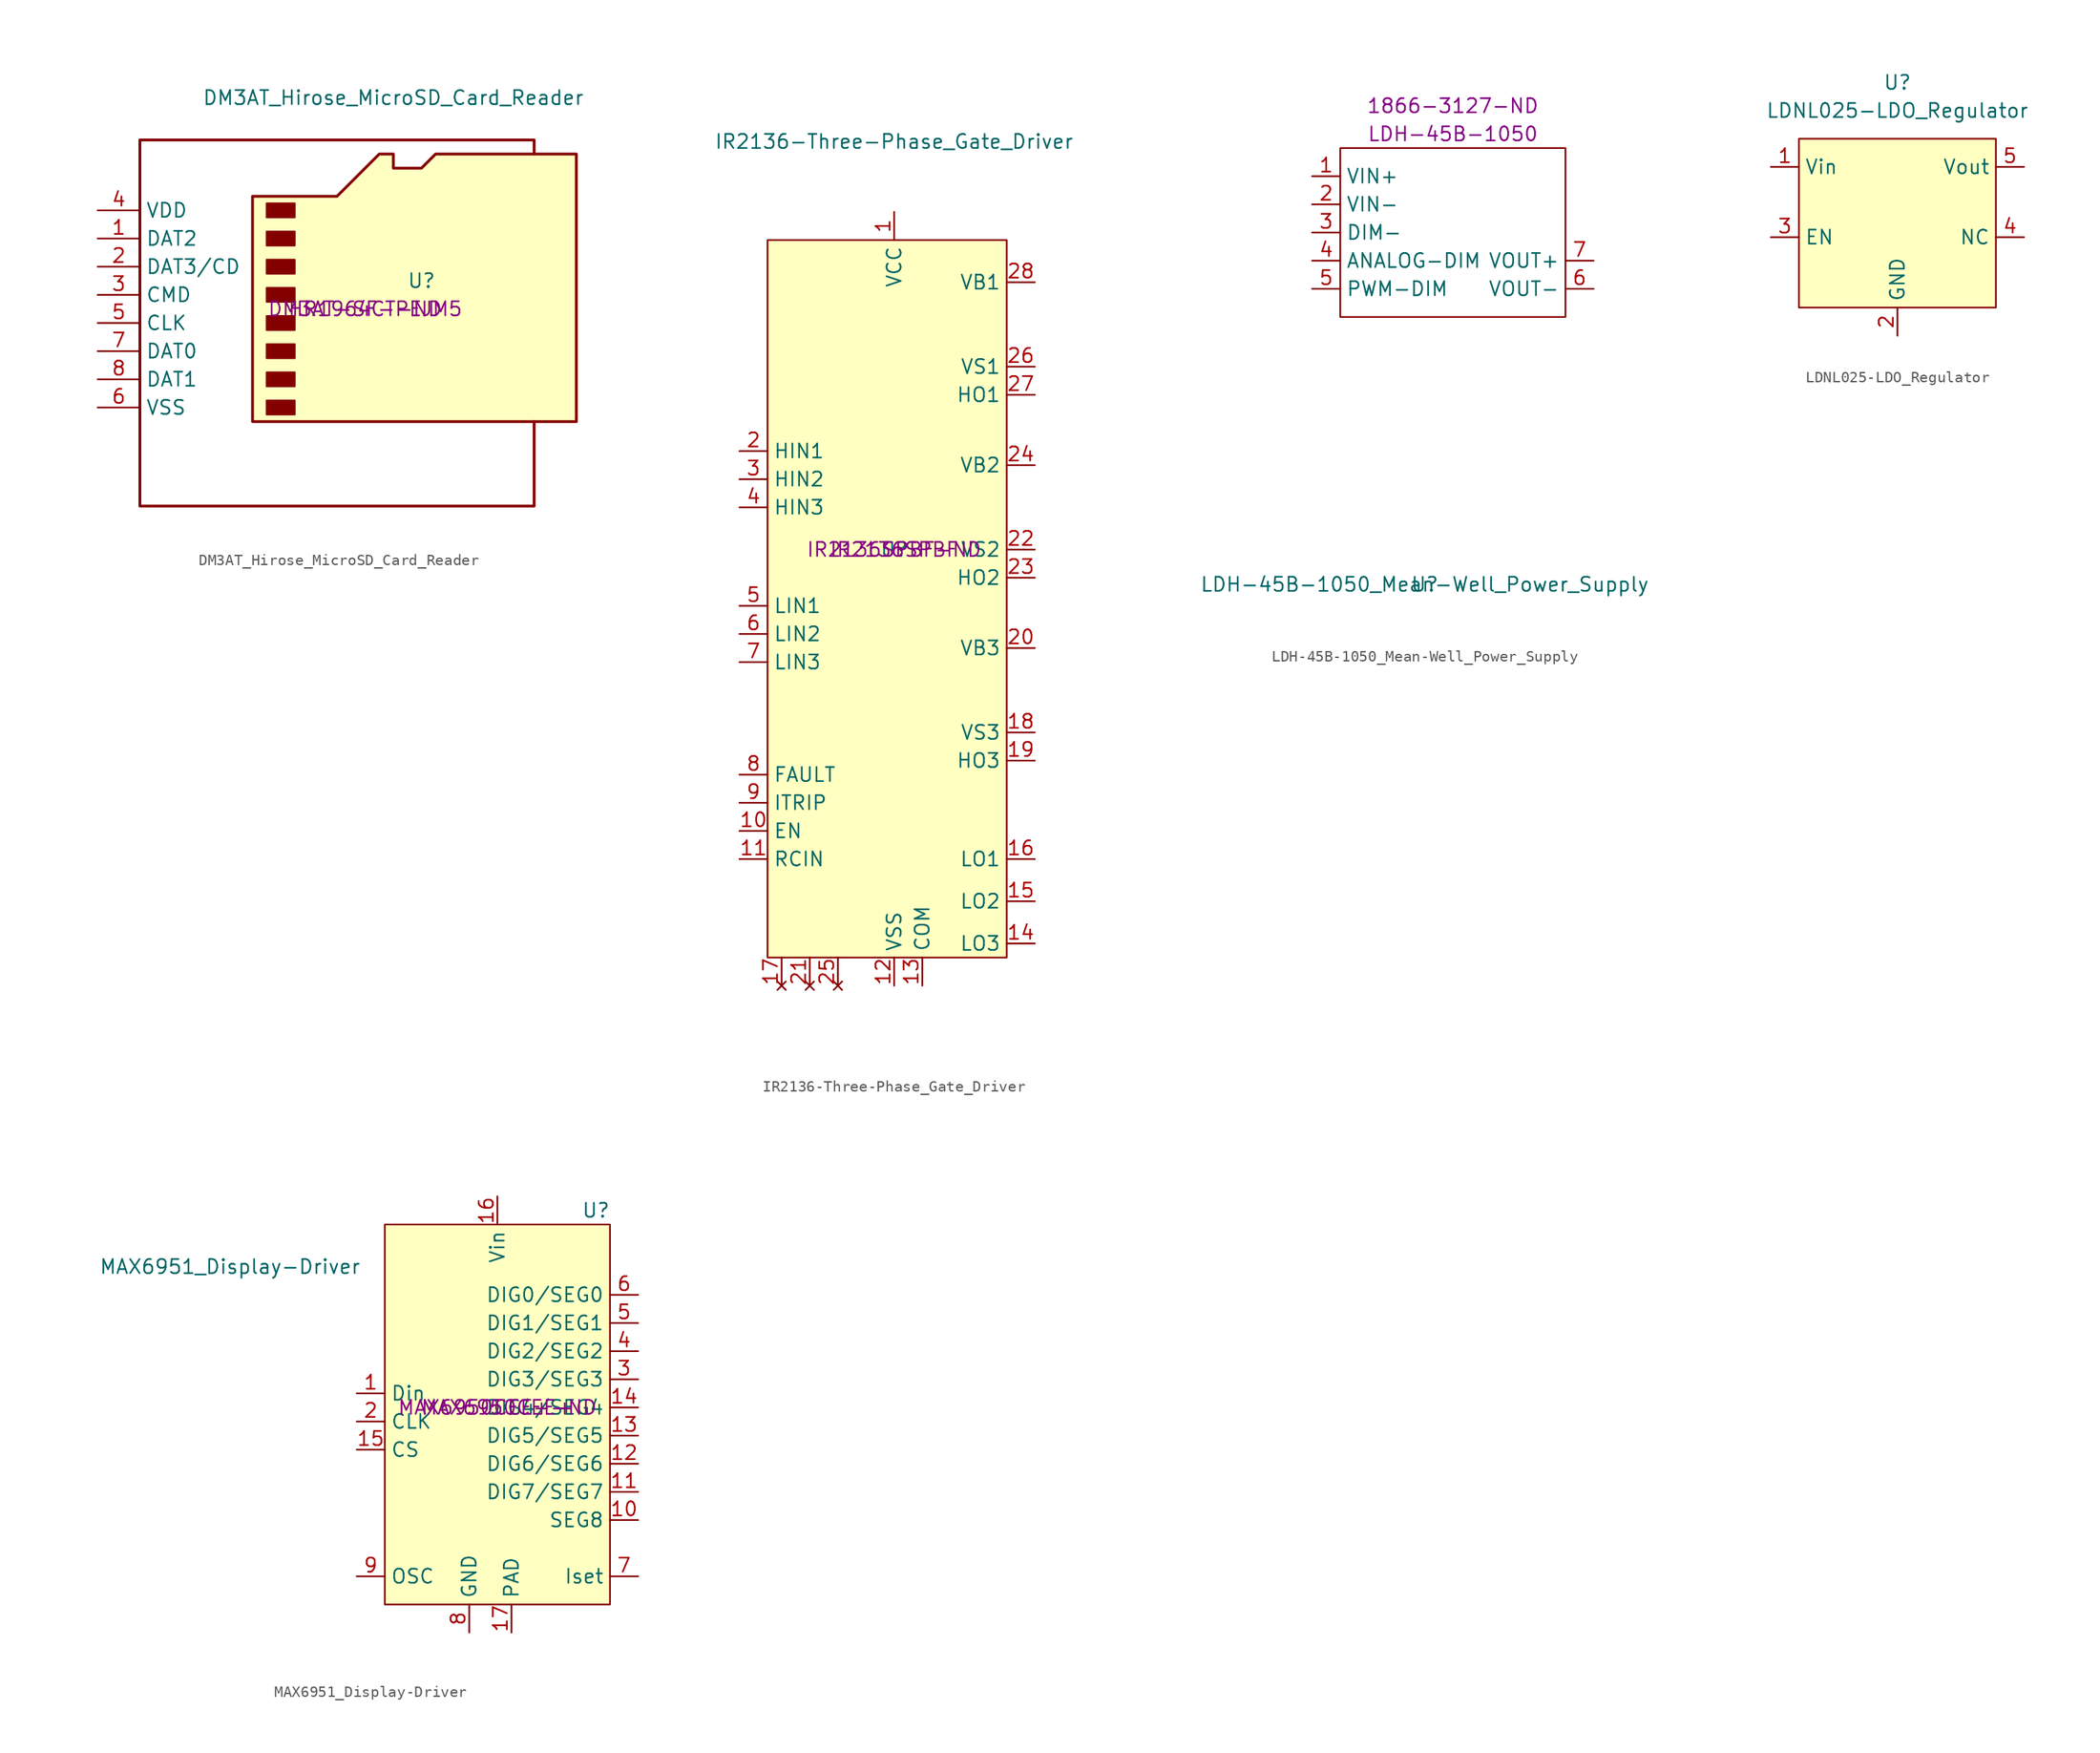
<source format=kicad_sym>
(kicad_symbol_lib
  (version 20211014)
  (generator kicad_symbol_editor)
  (symbol "DM3AT_Hirose_MicroSD_Card_Reader"
    (property "Reference" "U"
      (at 5.08 2.54 0)
      (effects (font (size 1.27 1.27))))
    (property "Value" "DM3AT_Hirose_MicroSD_Card_Reader"
      (at 2.54 19.05 0)
      (effects (font (size 1.27 1.27))))
    (property "Manufacturer_PN" "DM3AT-SF-PEJM5"
      (at 0 0 0)
      (effects (font (size 1.27 1.27))))
    (property "Digi-Key_PN" "HR1964CT-ND"
      (at 0 0 0)
      (effects (font (size 1.27 1.27))))
    (symbol "DM3AT_Hirose_MicroSD_Card_Reader_0_1"
      (rectangle (start -8.89 -8.255) (end -6.35 -9.525) (stroke (width 0) (type default) (color 0 0 0 0)) (fill (type outline)))
      (rectangle (start -8.89 -5.715) (end -6.35 -6.985) (stroke (width 0) (type default) (color 0 0 0 0)) (fill (type outline)))
      (rectangle (start -8.89 -3.175) (end -6.35 -4.445) (stroke (width 0) (type default) (color 0 0 0 0)) (fill (type outline)))
      (rectangle (start -8.89 -0.635) (end -6.35 -1.905) (stroke (width 0) (type default) (color 0 0 0 0)) (fill (type outline)))
      (rectangle (start -8.89 1.905) (end -6.35 0.635) (stroke (width 0) (type default) (color 0 0 0 0)) (fill (type outline)))
      (rectangle (start -8.89 4.445) (end -6.35 3.175) (stroke (width 0) (type default) (color 0 0 0 0)) (fill (type outline)))
      (rectangle (start -8.89 6.985) (end -6.35 5.715) (stroke (width 0) (type default) (color 0 0 0 0)) (fill (type outline)))
      (rectangle (start -8.89 9.525) (end -6.35 8.255) (stroke (width 0) (type default) (color 0 0 0 0)) (fill (type outline)))
      (polyline (pts (xy 15.24 13.97) (xy 15.24 15.24) (xy -20.32 15.24) (xy -20.32 -17.78) (xy 15.24 -17.78) (xy 15.24 -10.16)) (stroke (width 0.254) (type default) (color 0 0 0 0)) (fill (type none)))
      (polyline (pts (xy -10.16 -10.16) (xy -10.16 10.16) (xy -2.54 10.16) (xy 1.27 13.97) (xy 2.54 13.97) (xy 2.54 12.7) (xy 5.08 12.7) (xy 6.35 13.97) (xy 19.05 13.97) (xy 19.05 -10.16) (xy -10.16 -10.16)) (stroke (width 0.254) (type default) (color 0 0 0 0)) (fill (type background))))
    (symbol "DM3AT_Hirose_MicroSD_Card_Reader_1_1"
      (pin bidirectional line (at -24.13 6.35 0) (length 3.81) (name "DAT2" (effects (font (size 1.27 1.27)))) (number "1" (effects (font (size 1.27 1.27)))))
      (pin bidirectional line (at -24.13 3.81 0) (length 3.81) (name "DAT3/CD" (effects (font (size 1.27 1.27)))) (number "2" (effects (font (size 1.27 1.27)))))
      (pin input line (at -24.13 1.27 0) (length 3.81) (name "CMD" (effects (font (size 1.27 1.27)))) (number "3" (effects (font (size 1.27 1.27)))))
      (pin power_in line (at -24.13 8.89 0) (length 3.81) (name "VDD" (effects (font (size 1.27 1.27)))) (number "4" (effects (font (size 1.27 1.27)))))
      (pin input line (at -24.13 -1.27 0) (length 3.81) (name "CLK" (effects (font (size 1.27 1.27)))) (number "5" (effects (font (size 1.27 1.27)))))
      (pin power_in line (at -24.13 -8.89 0) (length 3.81) (name "VSS" (effects (font (size 1.27 1.27)))) (number "6" (effects (font (size 1.27 1.27)))))
      (pin input line (at -24.13 -3.81 0) (length 3.81) (name "DAT0" (effects (font (size 1.27 1.27)))) (number "7" (effects (font (size 1.27 1.27)))))
      (pin input line (at -24.13 -6.35 0) (length 3.81) (name "DAT1" (effects (font (size 1.27 1.27)))) (number "8" (effects (font (size 1.27 1.27)))))))
  (symbol "IR2136-Three-Phase_Gate_Driver"
    (property "Reference" "U"
      (at 0 0 0)
      (effects (font (size 1.27 1.27))))
    (property "Value" "IR2136-Three-Phase_Gate_Driver"
      (at 0 36.83 0)
      (effects (font (size 1.27 1.27))))
    (property "Digi-Key_PN" "IR2136SPBF-ND"
      (at 0 0 0)
      (effects (font (size 1.27 1.27))))
    (property "Manufacturer_PN" "IR2136SPBF"
      (at 0 0 0)
      (effects (font (size 1.27 1.27))))
    (symbol "IR2136-Three-Phase_Gate_Driver_0_1"
      (rectangle (start -11.43 27.94) (end 10.16 -36.83) (stroke (width 0) (type default) (color 0 0 0 0)) (fill (type background))))
    (symbol "IR2136-Three-Phase_Gate_Driver_1_1"
      (pin power_in line (at 0 30.48 270) (length 2.54) (name "VCC" (effects (font (size 1.27 1.27)))) (number "1" (effects (font (size 1.27 1.27)))))
      (pin input line (at -13.97 -25.4 0) (length 2.54) (name "EN" (effects (font (size 1.27 1.27)))) (number "10" (effects (font (size 1.27 1.27)))))
      (pin input line (at -13.97 -27.94 0) (length 2.54) (name "RCIN" (effects (font (size 1.27 1.27)))) (number "11" (effects (font (size 1.27 1.27)))))
      (pin power_in line (at 0 -39.37 90) (length 2.54) (name "VSS" (effects (font (size 1.27 1.27)))) (number "12" (effects (font (size 1.27 1.27)))))
      (pin input line (at 2.54 -39.37 90) (length 2.54) (name "COM" (effects (font (size 1.27 1.27)))) (number "13" (effects (font (size 1.27 1.27)))))
      (pin output line (at 12.7 -35.56 180) (length 2.54) (name "LO3" (effects (font (size 1.27 1.27)))) (number "14" (effects (font (size 1.27 1.27)))))
      (pin output line (at 12.7 -31.75 180) (length 2.54) (name "LO2" (effects (font (size 1.27 1.27)))) (number "15" (effects (font (size 1.27 1.27)))))
      (pin output line (at 12.7 -27.94 180) (length 2.54) (name "LO1" (effects (font (size 1.27 1.27)))) (number "16" (effects (font (size 1.27 1.27)))))
      (pin no_connect line (at -10.16 -39.37 90) (length 2.54) (name "~" (effects (font (size 1.27 1.27)))) (number "17" (effects (font (size 1.27 1.27)))))
      (pin output line (at 12.7 -16.51 180) (length 2.54) (name "VS3" (effects (font (size 1.27 1.27)))) (number "18" (effects (font (size 1.27 1.27)))))
      (pin output line (at 12.7 -19.05 180) (length 2.54) (name "HO3" (effects (font (size 1.27 1.27)))) (number "19" (effects (font (size 1.27 1.27)))))
      (pin input line (at -13.97 8.89 0) (length 2.54) (name "HIN1" (effects (font (size 1.27 1.27)))) (number "2" (effects (font (size 1.27 1.27)))))
      (pin output line (at 12.7 -8.89 180) (length 2.54) (name "VB3" (effects (font (size 1.27 1.27)))) (number "20" (effects (font (size 1.27 1.27)))))
      (pin no_connect line (at -7.62 -39.37 90) (length 2.54) (name "~" (effects (font (size 1.27 1.27)))) (number "21" (effects (font (size 1.27 1.27)))))
      (pin output line (at 12.7 0 180) (length 2.54) (name "VS2" (effects (font (size 1.27 1.27)))) (number "22" (effects (font (size 1.27 1.27)))))
      (pin output line (at 12.7 -2.54 180) (length 2.54) (name "HO2" (effects (font (size 1.27 1.27)))) (number "23" (effects (font (size 1.27 1.27)))))
      (pin output line (at 12.7 7.62 180) (length 2.54) (name "VB2" (effects (font (size 1.27 1.27)))) (number "24" (effects (font (size 1.27 1.27)))))
      (pin no_connect line (at -5.08 -39.37 90) (length 2.54) (name "~" (effects (font (size 1.27 1.27)))) (number "25" (effects (font (size 1.27 1.27)))))
      (pin output line (at 12.7 16.51 180) (length 2.54) (name "VS1" (effects (font (size 1.27 1.27)))) (number "26" (effects (font (size 1.27 1.27)))))
      (pin output line (at 12.7 13.97 180) (length 2.54) (name "HO1" (effects (font (size 1.27 1.27)))) (number "27" (effects (font (size 1.27 1.27)))))
      (pin output line (at 12.7 24.13 180) (length 2.54) (name "VB1" (effects (font (size 1.27 1.27)))) (number "28" (effects (font (size 1.27 1.27)))))
      (pin input line (at -13.97 6.35 0) (length 2.54) (name "HIN2" (effects (font (size 1.27 1.27)))) (number "3" (effects (font (size 1.27 1.27)))))
      (pin input line (at -13.97 3.81 0) (length 2.54) (name "HIN3" (effects (font (size 1.27 1.27)))) (number "4" (effects (font (size 1.27 1.27)))))
      (pin input line (at -13.97 -5.08 0) (length 2.54) (name "LIN1" (effects (font (size 1.27 1.27)))) (number "5" (effects (font (size 1.27 1.27)))))
      (pin input line (at -13.97 -7.62 0) (length 2.54) (name "LIN2" (effects (font (size 1.27 1.27)))) (number "6" (effects (font (size 1.27 1.27)))))
      (pin input line (at -13.97 -10.16 0) (length 2.54) (name "LIN3" (effects (font (size 1.27 1.27)))) (number "7" (effects (font (size 1.27 1.27)))))
      (pin input line (at -13.97 -20.32 0) (length 2.54) (name "FAULT" (effects (font (size 1.27 1.27)))) (number "8" (effects (font (size 1.27 1.27)))))
      (pin input line (at -13.97 -22.86 0) (length 2.54) (name "ITRIP" (effects (font (size 1.27 1.27)))) (number "9" (effects (font (size 1.27 1.27)))))))
  (symbol "LDH-45B-1050_Mean-Well_Power_Supply"
    (property "Reference" "U"
      (at -2.54 -31.75 0)
      (effects (font (size 1.27 1.27))))
    (property "Value" "LDH-45B-1050_Mean-Well_Power_Supply"
      (at -2.54 -31.75 0)
      (effects (font (size 1.27 1.27))))
    (property "Manufacturer_PN" "LDH-45B-1050"
      (at 0 8.89 0)
      (effects (font (size 1.27 1.27))))
    (property "Digi-Key_PN" "1866-3127-ND"
      (at 0 11.43 0)
      (effects (font (size 1.27 1.27))))
    (symbol "LDH-45B-1050_Mean-Well_Power_Supply_0_1"
      (rectangle (start -10.16 7.62) (end 10.16 -7.62) (stroke (width 0) (type default) (color 0 0 0 0)) (fill (type none))))
    (symbol "LDH-45B-1050_Mean-Well_Power_Supply_1_1"
      (pin power_in line (at -12.7 5.08 0) (length 2.54) (name "VIN+" (effects (font (size 1.27 1.27)))) (number "1" (effects (font (size 1.27 1.27)))))
      (pin power_in line (at -12.7 2.54 0) (length 2.54) (name "VIN-" (effects (font (size 1.27 1.27)))) (number "2" (effects (font (size 1.27 1.27)))))
      (pin input line (at -12.7 0 0) (length 2.54) (name "DIM-" (effects (font (size 1.27 1.27)))) (number "3" (effects (font (size 1.27 1.27)))))
      (pin input line (at -12.7 -2.54 0) (length 2.54) (name "ANALOG-DIM" (effects (font (size 1.27 1.27)))) (number "4" (effects (font (size 1.27 1.27)))))
      (pin input line (at -12.7 -5.08 0) (length 2.54) (name "PWM-DIM" (effects (font (size 1.27 1.27)))) (number "5" (effects (font (size 1.27 1.27)))))
      (pin power_out line (at 12.7 -5.08 180) (length 2.54) (name "VOUT-" (effects (font (size 1.27 1.27)))) (number "6" (effects (font (size 1.27 1.27)))))
      (pin power_out line (at 12.7 -2.54 180) (length 2.54) (name "VOUT+" (effects (font (size 1.27 1.27)))) (number "7" (effects (font (size 1.27 1.27)))))))
  (symbol "LDNL025-LDO_Regulator"
    (property "Reference" "U"
      (at 0 15.24 0)
      (effects (font (size 1.27 1.27))))
    (property "Value" "LDNL025-LDO_Regulator"
      (at 0 12.7 0)
      (effects (font (size 1.27 1.27))))
    (symbol "LDNL025-LDO_Regulator_0_0"
      (pin power_in line (at -11.43 7.62 0) (length 2.54) (name "Vin" (effects (font (size 1.27 1.27)))) (number "1" (effects (font (size 1.27 1.27)))))
      (pin passive line (at 0 -7.62 90) (length 2.54) (name "GND" (effects (font (size 1.27 1.27)))) (number "2" (effects (font (size 1.27 1.27)))))
      (pin input line (at -11.43 1.27 0) (length 2.54) (name "EN" (effects (font (size 1.27 1.27)))) (number "3" (effects (font (size 1.27 1.27)))))
      (pin unspecified line (at 11.43 1.27 180) (length 2.54) (name "NC" (effects (font (size 1.27 1.27)))) (number "4" (effects (font (size 1.27 1.27)))))
      (pin power_out line (at 11.43 7.62 180) (length 2.54) (name "Vout" (effects (font (size 1.27 1.27)))) (number "5" (effects (font (size 1.27 1.27))))))
    (symbol "LDNL025-LDO_Regulator_0_1"
      (rectangle (start -8.89 10.16) (end 8.89 -5.08) (stroke (width 0) (type default) (color 0 0 0 0)) (fill (type background)))))
  (symbol "MAX6951_Display-Driver"
    (property "Reference" "U"
      (at 8.89 17.78 0)
      (effects (font (size 1.27 1.27))))
    (property "Value" "MAX6951_Display-Driver"
      (at -24.13 12.7 0)
      (effects (font (size 1.27 1.27))))
    (property "Digi-Key-PN" "MAX6950CEE+-ND"
      (at 0 0 0)
      (effects (font (size 1.27 1.27))))
    (property "Manufacturer_PN" "MAX6950CEE+"
      (at 0 0 0)
      (effects (font (size 1.27 1.27))))
    (symbol "MAX6951_Display-Driver_0_0"
      (pin input line (at -12.7 1.27 0) (length 2.54) (name "Din" (effects (font (size 1.27 1.27)))) (number "1" (effects (font (size 1.27 1.27)))))
      (pin output line (at 12.7 -10.16 180) (length 2.54) (name "SEG8" (effects (font (size 1.27 1.27)))) (number "10" (effects (font (size 1.27 1.27)))))
      (pin output line (at 12.7 -7.62 180) (length 2.54) (name "DIG7/SEG7" (effects (font (size 1.27 1.27)))) (number "11" (effects (font (size 1.27 1.27)))))
      (pin output line (at 12.7 -5.08 180) (length 2.54) (name "DIG6/SEG6" (effects (font (size 1.27 1.27)))) (number "12" (effects (font (size 1.27 1.27)))))
      (pin output line (at 12.7 -2.54 180) (length 2.54) (name "DIG5/SEG5" (effects (font (size 1.27 1.27)))) (number "13" (effects (font (size 1.27 1.27)))))
      (pin output line (at 12.7 0 180) (length 2.54) (name "DIG4/SEG4" (effects (font (size 1.27 1.27)))) (number "14" (effects (font (size 1.27 1.27)))))
      (pin input line (at -12.7 -3.81 0) (length 2.54) (name "CS" (effects (font (size 1.27 1.27)))) (number "15" (effects (font (size 1.27 1.27)))))
      (pin power_in line (at 0 19.05 270) (length 2.54) (name "Vin" (effects (font (size 1.27 1.27)))) (number "16" (effects (font (size 1.27 1.27)))))
      (pin unspecified line (at 1.27 -20.32 90) (length 2.54) (name "PAD" (effects (font (size 1.27 1.27)))) (number "17" (effects (font (size 1.27 1.27)))))
      (pin input line (at -12.7 -1.27 0) (length 2.54) (name "CLK" (effects (font (size 1.27 1.27)))) (number "2" (effects (font (size 1.27 1.27)))))
      (pin output line (at 12.7 2.54 180) (length 2.54) (name "DIG3/SEG3" (effects (font (size 1.27 1.27)))) (number "3" (effects (font (size 1.27 1.27)))))
      (pin output line (at 12.7 5.08 180) (length 2.54) (name "DIG2/SEG2" (effects (font (size 1.27 1.27)))) (number "4" (effects (font (size 1.27 1.27)))))
      (pin output line (at 12.7 7.62 180) (length 2.54) (name "DIG1/SEG1" (effects (font (size 1.27 1.27)))) (number "5" (effects (font (size 1.27 1.27)))))
      (pin output line (at 12.7 10.16 180) (length 2.54) (name "DIG0/SEG0" (effects (font (size 1.27 1.27)))) (number "6" (effects (font (size 1.27 1.27)))))
      (pin output line (at 12.7 -15.24 180) (length 2.54) (name "Iset" (effects (font (size 1.27 1.27)))) (number "7" (effects (font (size 1.27 1.27)))))
      (pin power_in line (at -2.54 -20.32 90) (length 2.54) (name "GND" (effects (font (size 1.27 1.27)))) (number "8" (effects (font (size 1.27 1.27)))))
      (pin input line (at -12.7 -15.24 0) (length 2.54) (name "OSC" (effects (font (size 1.27 1.27)))) (number "9" (effects (font (size 1.27 1.27))))))
    (symbol "MAX6951_Display-Driver_0_1"
      (rectangle (start -10.16 16.51) (end 10.16 -17.78) (stroke (width 0) (type default) (color 0 0 0 0)) (fill (type background))))))
</source>
